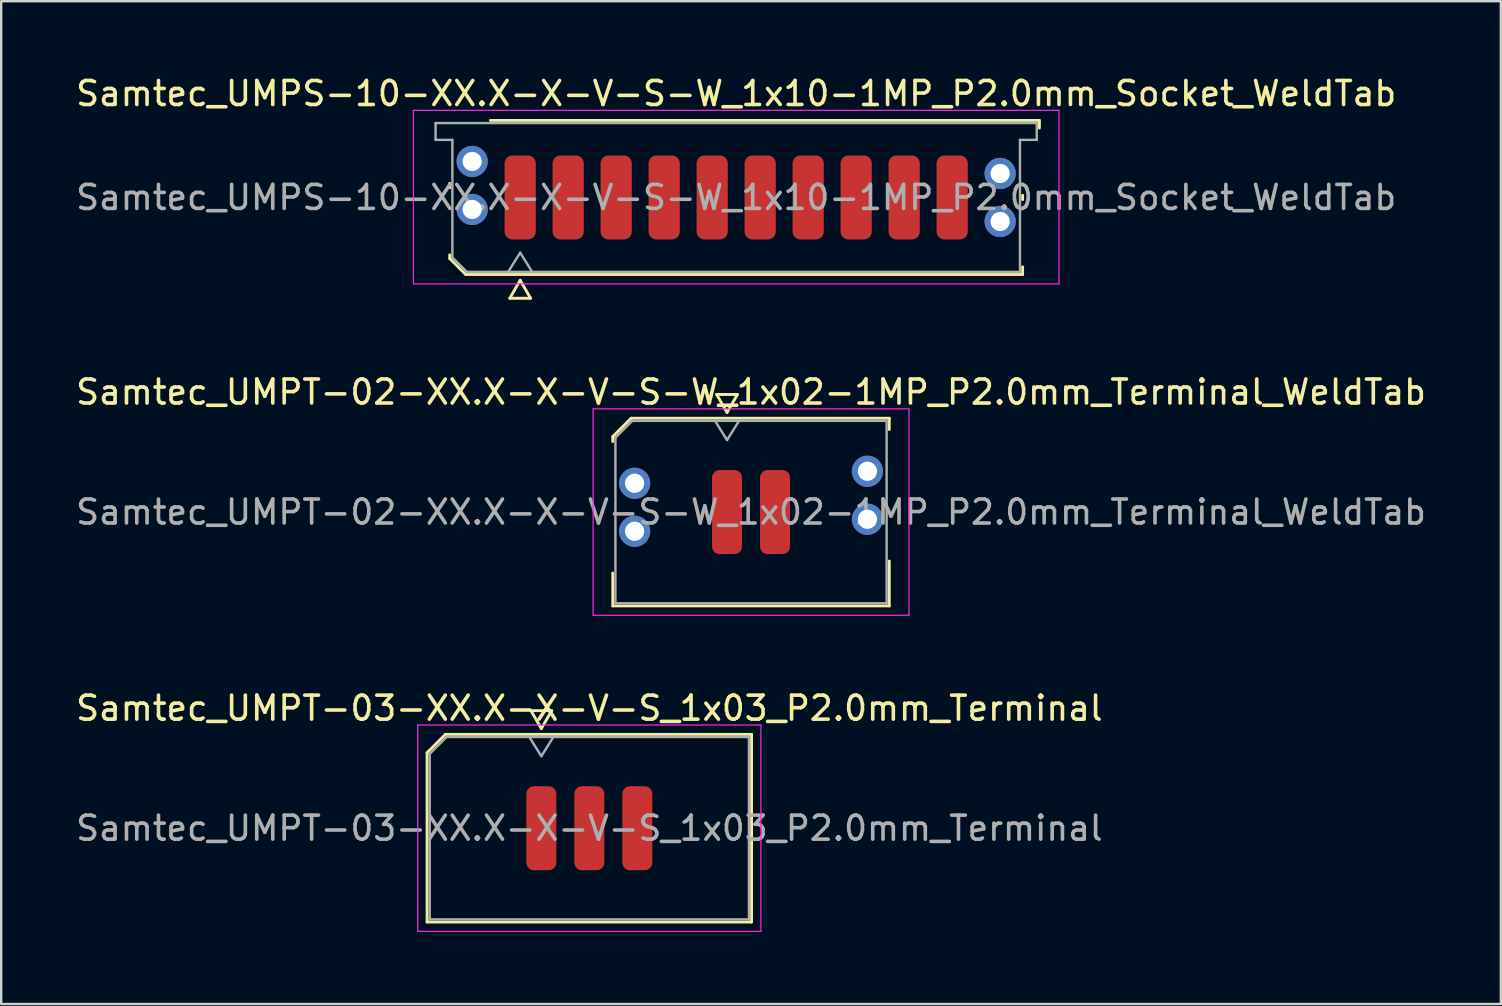
<source format=kicad_pcb>
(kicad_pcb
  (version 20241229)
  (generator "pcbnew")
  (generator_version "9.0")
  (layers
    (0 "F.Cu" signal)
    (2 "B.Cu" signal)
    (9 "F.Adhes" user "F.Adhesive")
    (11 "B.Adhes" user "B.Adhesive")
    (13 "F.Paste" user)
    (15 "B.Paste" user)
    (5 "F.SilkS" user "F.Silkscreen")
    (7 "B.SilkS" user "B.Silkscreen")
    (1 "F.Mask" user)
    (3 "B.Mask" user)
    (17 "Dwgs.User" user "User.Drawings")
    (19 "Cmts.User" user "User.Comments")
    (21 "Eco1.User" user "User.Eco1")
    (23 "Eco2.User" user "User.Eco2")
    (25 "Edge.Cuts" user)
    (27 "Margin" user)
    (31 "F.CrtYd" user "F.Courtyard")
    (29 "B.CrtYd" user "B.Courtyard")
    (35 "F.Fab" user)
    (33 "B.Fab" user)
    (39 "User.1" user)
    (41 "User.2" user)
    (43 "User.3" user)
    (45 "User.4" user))
  (footprint "Samtec_UMPT-03-XX.X-X-V-S_1x03_P2.0mm_Terminal"
    (layer "F.Cu")
    (at 21.506 31.46)
    (property "Reference" "Samtec_UMPT-03-XX.X-X-V-S_1x03_P2.0mm_Terminal" (at 0 -5 0) (layer "F.SilkS") (effects (font (size 1 1) (thickness 0.15))))
    (attr smd)
    (fp_line (start -6.76 -3.146) (end -5.996 -3.91) (stroke (width 0.12) (type solid)) (layer "F.SilkS"))
    (fp_line (start -6.76 3.91) (end -6.76 -3.146) (stroke (width 0.12) (type solid)) (layer "F.SilkS"))
    (fp_line (start -5.996 -3.91) (end 6.76 -3.91) (stroke (width 0.12) (type solid)) (layer "F.SilkS"))
    (fp_line (start -2.433 -4.9) (end -2 -4.15) (stroke (width 0.12) (type solid)) (layer "F.SilkS"))
    (fp_line (start -2 -4.15) (end -1.567 -4.9) (stroke (width 0.12) (type solid)) (layer "F.SilkS"))
    (fp_line (start -1.567 -4.9) (end -2.433 -4.9) (stroke (width 0.12) (type solid)) (layer "F.SilkS"))
    (fp_line (start 6.76 -3.91) (end 6.76 3.91) (stroke (width 0.12) (type solid)) (layer "F.SilkS"))
    (fp_line (start 6.76 3.91) (end -6.76 3.91) (stroke (width 0.12) (type solid)) (layer "F.SilkS"))
    (fp_line (start -7.15 -4.3) (end -7.15 4.3) (stroke (width 0.05) (type solid)) (layer "F.CrtYd"))
    (fp_line (start -7.15 4.3) (end 7.15 4.3) (stroke (width 0.05) (type solid)) (layer "F.CrtYd"))
    (fp_line (start 7.15 -4.3) (end -7.15 -4.3) (stroke (width 0.05) (type solid)) (layer "F.CrtYd"))
    (fp_line (start 7.15 4.3) (end 7.15 -4.3) (stroke (width 0.05) (type solid)) (layer "F.CrtYd"))
    (fp_line (start -6.65 -3.1) (end -5.95 -3.8) (stroke (width 0.1) (type solid)) (layer "F.Fab"))
    (fp_line (start -6.65 3.8) (end -6.65 -3.1) (stroke (width 0.1) (type solid)) (layer "F.Fab"))
    (fp_line (start -5.95 -3.8) (end 6.65 -3.8) (stroke (width 0.1) (type solid)) (layer "F.Fab"))
    (fp_line (start -2.5 -3.8) (end -2 -3) (stroke (width 0.1) (type solid)) (layer "F.Fab"))
    (fp_line (start -2 -3) (end -1.5 -3.8) (stroke (width 0.1) (type solid)) (layer "F.Fab"))
    (fp_line (start 6.65 -3.8) (end 6.65 3.8) (stroke (width 0.1) (type solid)) (layer "F.Fab"))
    (fp_line (start 6.65 3.8) (end -6.65 3.8) (stroke (width 0.1) (type solid)) (layer "F.Fab"))
    (fp_text user "${REFERENCE}" (at 0 0 0) (layer "F.Fab") (effects (font (size 1 1) (thickness 0.15))))
    (pad "1" smd roundrect (at -2 0) (size 1.25 3.5) (layers "F.Cu" "F.Mask" "F.Paste") (roundrect_rratio 0.25))
    (pad "2" smd roundrect (at 0 0) (size 1.25 3.5) (layers "F.Cu" "F.Mask" "F.Paste") (roundrect_rratio 0.25))
    (pad "3" smd roundrect (at 2 0) (size 1.25 3.5) (layers "F.Cu" "F.Mask" "F.Paste") (roundrect_rratio 0.25)))
  (footprint "Samtec_UMPT-02-XX.X-X-V-S-W_1x02-1MP_P2.0mm_Terminal_WeldTab"
    (layer "F.Cu")
    (at 28.244 18.287)
    (property "Reference" "Samtec_UMPT-02-XX.X-X-V-S-W_1x02-1MP_P2.0mm_Terminal_WeldTab" (at 0 -5 0) (layer "F.SilkS") (effects (font (size 1 1) (thickness 0.15))))
    (attr smd)
    (fp_line (start -5.76 -3.146) (end -4.996 -3.91) (stroke (width 0.12) (type solid)) (layer "F.SilkS"))
    (fp_line (start -5.76 -2.94) (end -5.76 -3.146) (stroke (width 0.12) (type solid)) (layer "F.SilkS"))
    (fp_line (start -5.76 3.91) (end -5.76 2.54) (stroke (width 0.12) (type solid)) (layer "F.SilkS"))
    (fp_line (start -4.996 -3.91) (end 5.76 -3.91) (stroke (width 0.12) (type solid)) (layer "F.SilkS"))
    (fp_line (start -1.433 -4.9) (end -1 -4.15) (stroke (width 0.12) (type solid)) (layer "F.SilkS"))
    (fp_line (start -1 -4.15) (end -0.567 -4.9) (stroke (width 0.12) (type solid)) (layer "F.SilkS"))
    (fp_line (start -0.567 -4.9) (end -1.433 -4.9) (stroke (width 0.12) (type solid)) (layer "F.SilkS"))
    (fp_line (start 5.76 -3.91) (end 5.76 -3.44) (stroke (width 0.12) (type solid)) (layer "F.SilkS"))
    (fp_line (start 5.76 2.04) (end 5.76 3.91) (stroke (width 0.12) (type solid)) (layer "F.SilkS"))
    (fp_line (start 5.76 3.91) (end -5.76 3.91) (stroke (width 0.12) (type solid)) (layer "F.SilkS"))
    (fp_line (start -6.58 -4.3) (end -6.58 4.3) (stroke (width 0.05) (type solid)) (layer "F.CrtYd"))
    (fp_line (start -6.58 4.3) (end 6.58 4.3) (stroke (width 0.05) (type solid)) (layer "F.CrtYd"))
    (fp_line (start 6.58 -4.3) (end -6.58 -4.3) (stroke (width 0.05) (type solid)) (layer "F.CrtYd"))
    (fp_line (start 6.58 4.3) (end 6.58 -4.3) (stroke (width 0.05) (type solid)) (layer "F.CrtYd"))
    (fp_line (start -5.65 -3.1) (end -4.95 -3.8) (stroke (width 0.1) (type solid)) (layer "F.Fab"))
    (fp_line (start -5.65 3.8) (end -5.65 -3.1) (stroke (width 0.1) (type solid)) (layer "F.Fab"))
    (fp_line (start -4.95 -3.8) (end 5.65 -3.8) (stroke (width 0.1) (type solid)) (layer "F.Fab"))
    (fp_line (start -1.5 -3.8) (end -1 -3) (stroke (width 0.1) (type solid)) (layer "F.Fab"))
    (fp_line (start -1 -3) (end -0.5 -3.8) (stroke (width 0.1) (type solid)) (layer "F.Fab"))
    (fp_line (start 5.65 -3.8) (end 5.65 3.8) (stroke (width 0.1) (type solid)) (layer "F.Fab"))
    (fp_line (start 5.65 3.8) (end -5.65 3.8) (stroke (width 0.1) (type solid)) (layer "F.Fab"))
    (fp_text user "${REFERENCE}" (at 0 0 0) (layer "F.Fab") (effects (font (size 1 1) (thickness 0.15))))
    (pad "" smd rect (at -4.85 -1.54) (size 2.45 2.28) (layers "F.Paste"))
    (pad "" smd rect (at -4.85 1.14) (size 2.45 2.28) (layers "F.Paste"))
    (pad "" smd rect (at 4.85 -2.04) (size 2.45 2.28) (layers "F.Paste"))
    (pad "" smd rect (at 4.85 0.64) (size 2.45 2.28) (layers "F.Paste"))
    (pad "1" smd roundrect (at -1 0) (size 1.25 3.5) (layers "F.Cu" "F.Mask" "F.Paste") (roundrect_rratio 0.25))
    (pad "2" smd roundrect (at 1 0) (size 1.25 3.5) (layers "F.Cu" "F.Mask" "F.Paste") (roundrect_rratio 0.25))
    (pad "MP" thru_hole circle (at -4.85 -1.2) (size 1.3 1.3) (drill 0.8) (layers "*.Cu" "*.Mask"))
    (pad "MP" thru_hole circle (at -4.85 0.8) (size 1.3 1.3) (drill 0.8) (layers "*.Cu" "*.Mask"))
    (pad "MP" thru_hole circle (at 4.85 -1.7) (size 1.3 1.3) (drill 0.8) (layers "*.Cu" "*.Mask"))
    (pad "MP" thru_hole circle (at 4.85 0.3) (size 1.3 1.3) (drill 0.8) (layers "*.Cu" "*.Mask")))
  (footprint "Samtec_UMPS-10-XX.X-X-V-S-W_1x10-1MP_P2.0mm_Socket_WeldTab"
    (layer "F.Cu")
    (at 27.625 5.178)
    (property "Reference" "Samtec_UMPS-10-XX.X-X-V-S-W_1x10-1MP_P2.0mm_Socket_WeldTab" (at 0 -4.33 0) (layer "F.SilkS") (effects (font (size 1 1) (thickness 0.15))))
    (attr smd)
    (fp_line (start -11.935 -0.41) (end -11.935 -0.59) (stroke (width 0.12) (type solid)) (layer "F.SilkS"))
    (fp_line (start -11.935 2.546) (end -11.935 2.39) (stroke (width 0.12) (type solid)) (layer "F.SilkS"))
    (fp_line (start -11.271 3.21) (end -11.935 2.546) (stroke (width 0.12) (type solid)) (layer "F.SilkS"))
    (fp_line (start -10.24 -3.21) (end 12.635 -3.21) (stroke (width 0.12) (type solid)) (layer "F.SilkS"))
    (fp_line (start -9.433 4.2) (end -9 3.45) (stroke (width 0.12) (type solid)) (layer "F.SilkS"))
    (fp_line (start -9 3.45) (end -8.567 4.2) (stroke (width 0.12) (type solid)) (layer "F.SilkS"))
    (fp_line (start -8.567 4.2) (end -9.433 4.2) (stroke (width 0.12) (type solid)) (layer "F.SilkS"))
    (fp_line (start 11.935 -0.09) (end 11.935 0.09) (stroke (width 0.12) (type solid)) (layer "F.SilkS"))
    (fp_line (start 11.935 2.89) (end 11.935 3.21) (stroke (width 0.12) (type solid)) (layer "F.SilkS"))
    (fp_line (start 11.935 3.21) (end -11.271 3.21) (stroke (width 0.12) (type solid)) (layer "F.SilkS"))
    (fp_line (start 12.635 -3.21) (end 12.635 -2.89) (stroke (width 0.12) (type solid)) (layer "F.SilkS"))
    (fp_line (start -13.45 -3.63) (end -13.45 3.6) (stroke (width 0.05) (type solid)) (layer "F.CrtYd"))
    (fp_line (start -13.45 3.6) (end 13.45 3.6) (stroke (width 0.05) (type solid)) (layer "F.CrtYd"))
    (fp_line (start 13.45 -3.63) (end -13.45 -3.63) (stroke (width 0.05) (type solid)) (layer "F.CrtYd"))
    (fp_line (start 13.45 3.6) (end 13.45 -3.63) (stroke (width 0.05) (type solid)) (layer "F.CrtYd"))
    (fp_line (start -12.525 -3.1) (end 12.525 -3.1) (stroke (width 0.1) (type solid)) (layer "F.Fab"))
    (fp_line (start -12.525 -2.4) (end -12.525 -3.1) (stroke (width 0.1) (type solid)) (layer "F.Fab"))
    (fp_line (start -11.825 -2.4) (end -12.525 -2.4) (stroke (width 0.1) (type solid)) (layer "F.Fab"))
    (fp_line (start -11.825 2.5) (end -11.825 -2.4) (stroke (width 0.1) (type solid)) (layer "F.Fab"))
    (fp_line (start -11.225 3.1) (end -11.825 2.5) (stroke (width 0.1) (type solid)) (layer "F.Fab"))
    (fp_line (start -9.5 3.1) (end -9 2.3) (stroke (width 0.1) (type solid)) (layer "F.Fab"))
    (fp_line (start -9 2.3) (end -8.5 3.1) (stroke (width 0.1) (type solid)) (layer "F.Fab"))
    (fp_line (start 11.825 -2.4) (end 11.825 3.1) (stroke (width 0.1) (type solid)) (layer "F.Fab"))
    (fp_line (start 11.825 3.1) (end -11.225 3.1) (stroke (width 0.1) (type solid)) (layer "F.Fab"))
    (fp_line (start 12.525 -3.1) (end 12.525 -2.4) (stroke (width 0.1) (type solid)) (layer "F.Fab"))
    (fp_line (start 12.525 -2.4) (end 11.825 -2.4) (stroke (width 0.1) (type solid)) (layer "F.Fab"))
    (fp_text user "${REFERENCE}" (at 0 0 0) (layer "F.Fab") (effects (font (size 1 1) (thickness 0.15))))
    (pad "" smd rect (at -11.725 -1.99) (size 2.45 2.28) (layers "F.Paste"))
    (pad "" smd rect (at -11.725 0.99) (size 2.45 2.28) (layers "F.Paste"))
    (pad "" smd rect (at 11.725 -1.49) (size 2.45 2.28) (layers "F.Paste"))
    (pad "" smd rect (at 11.725 1.49) (size 2.45 2.28) (layers "F.Paste"))
    (pad "1" smd roundrect (at -9 0) (size 1.3 3.5) (layers "F.Cu" "F.Mask" "F.Paste") (roundrect_rratio 0.25))
    (pad "2" smd roundrect (at -7 0) (size 1.3 3.5) (layers "F.Cu" "F.Mask" "F.Paste") (roundrect_rratio 0.25))
    (pad "3" smd roundrect (at -5 0) (size 1.3 3.5) (layers "F.Cu" "F.Mask" "F.Paste") (roundrect_rratio 0.25))
    (pad "4" smd roundrect (at -3 0) (size 1.3 3.5) (layers "F.Cu" "F.Mask" "F.Paste") (roundrect_rratio 0.25))
    (pad "5" smd roundrect (at -1 0) (size 1.3 3.5) (layers "F.Cu" "F.Mask" "F.Paste") (roundrect_rratio 0.25))
    (pad "6" smd roundrect (at 1 0) (size 1.3 3.5) (layers "F.Cu" "F.Mask" "F.Paste") (roundrect_rratio 0.25))
    (pad "7" smd roundrect (at 3 0) (size 1.3 3.5) (layers "F.Cu" "F.Mask" "F.Paste") (roundrect_rratio 0.25))
    (pad "8" smd roundrect (at 5 0) (size 1.3 3.5) (layers "F.Cu" "F.Mask" "F.Paste") (roundrect_rratio 0.25))
    (pad "9" smd roundrect (at 7 0) (size 1.3 3.5) (layers "F.Cu" "F.Mask" "F.Paste") (roundrect_rratio 0.25))
    (pad "10" smd roundrect (at 9 0) (size 1.3 3.5) (layers "F.Cu" "F.Mask" "F.Paste") (roundrect_rratio 0.25))
    (pad "MP" thru_hole circle (at -11 -1.5) (size 1.3 1.3) (drill 0.8) (layers "*.Cu" "*.Mask"))
    (pad "MP" thru_hole circle (at -11 0.5) (size 1.3 1.3) (drill 0.8) (layers "*.Cu" "*.Mask"))
    (pad "MP" thru_hole circle (at 11 -1) (size 1.3 1.3) (drill 0.8) (layers "*.Cu" "*.Mask"))
    (pad "MP" thru_hole circle (at 11 1) (size 1.3 1.3) (drill 0.8) (layers "*.Cu" "*.Mask")))
  (gr_rect
    (start -3 -3)
    (end 59.488 38.785)
    (stroke (width 0.1) (type default))
    (fill no)
    (layer "Edge.Cuts")))
</source>
